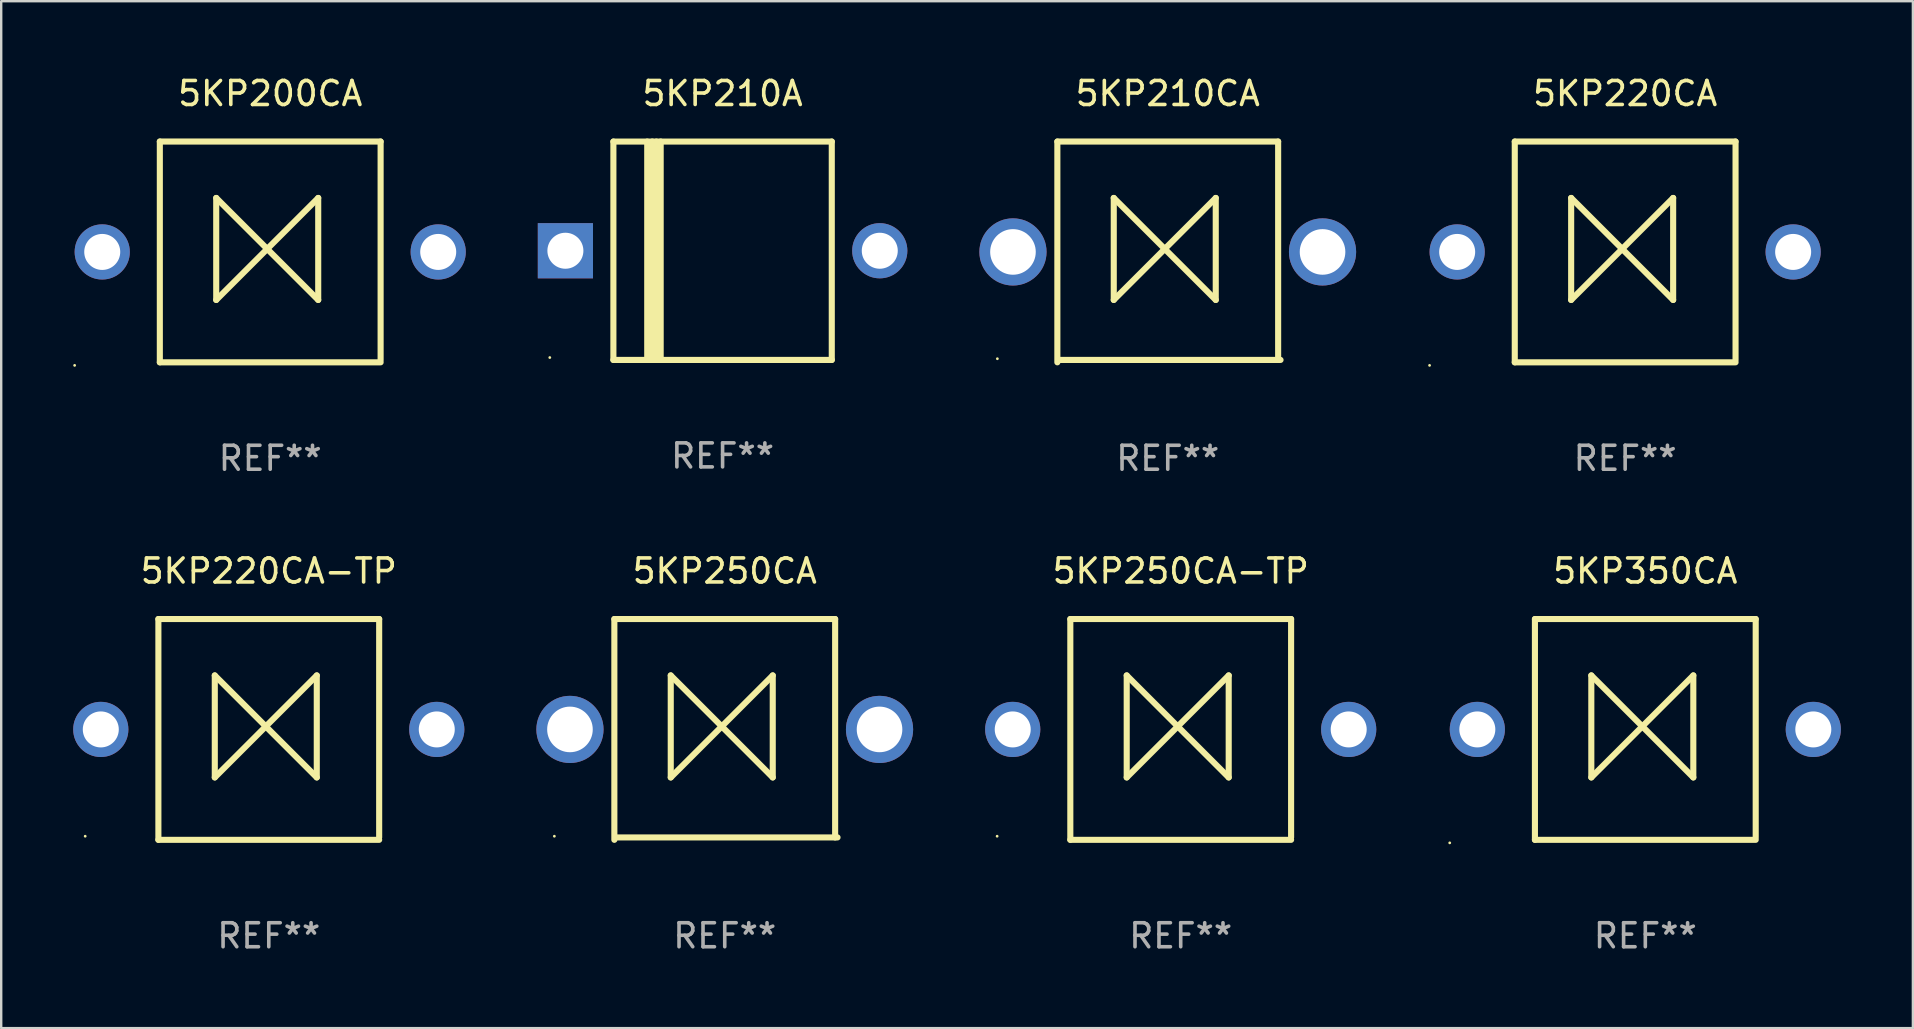
<source format=kicad_pcb>
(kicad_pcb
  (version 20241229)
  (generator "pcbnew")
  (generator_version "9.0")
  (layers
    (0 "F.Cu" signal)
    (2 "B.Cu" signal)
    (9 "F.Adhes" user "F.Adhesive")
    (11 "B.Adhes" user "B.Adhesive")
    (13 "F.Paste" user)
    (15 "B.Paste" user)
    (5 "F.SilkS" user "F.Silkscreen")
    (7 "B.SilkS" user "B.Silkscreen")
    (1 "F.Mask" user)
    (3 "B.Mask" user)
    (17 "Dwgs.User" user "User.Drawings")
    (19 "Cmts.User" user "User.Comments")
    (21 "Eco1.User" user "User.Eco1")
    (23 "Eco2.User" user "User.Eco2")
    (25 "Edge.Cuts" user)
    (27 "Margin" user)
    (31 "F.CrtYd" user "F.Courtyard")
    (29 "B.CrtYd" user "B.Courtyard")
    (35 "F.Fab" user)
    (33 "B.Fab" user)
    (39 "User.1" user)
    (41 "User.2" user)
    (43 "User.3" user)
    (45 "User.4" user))
  (footprint "5KP220CA-TP"
    (layer "F.Cu")
    (at 8.15 27.345)
    (property "Reference" "5KP220CA-TP" (at 0 -6.6 0) (layer "F.SilkS") (effects (font (size 1 1) (thickness 0.15))))
    (attr through_hole)
    (fp_line (start -4.6 -4.6) (end -4.6 4.6) (stroke (width 0.254) (type solid)) (layer "F.SilkS"))
    (fp_line (start -4.6 -4.6) (end 4.6 -4.6) (stroke (width 0.254) (type solid)) (layer "F.SilkS"))
    (fp_line (start -4.6 4.6) (end 4.6 4.6) (stroke (width 0.254) (type solid)) (layer "F.SilkS"))
    (fp_line (start -2.25 -2.25) (end -2.25 2) (stroke (width 0.254) (type solid)) (layer "F.SilkS"))
    (fp_line (start -2.25 2) (end 2 -2.25) (stroke (width 0.254) (type solid)) (layer "F.SilkS"))
    (fp_line (start 2 -2.25) (end 2 2) (stroke (width 0.254) (type solid)) (layer "F.SilkS"))
    (fp_line (start 2 2) (end -2.25 -2.25) (stroke (width 0.254) (type solid)) (layer "F.SilkS"))
    (fp_line (start 4.6 -4.6) (end 4.6 4.5) (stroke (width 0.254) (type solid)) (layer "F.SilkS"))
    (fp_circle (center -7.65 4.45) (end -7.62 4.45) (stroke (width 0.06) (type solid)) (fill no) (layer "F.SilkS"))
    (fp_text user "REF**" (at 0 8.6 0) (layer "F.Fab") (effects (font (size 1 1) (thickness 0.15))))
    (pad "1" thru_hole circle (at -7 0) (size 2.3 2.3) (drill 1.5) (layers "*.Cu" "*.Mask"))
    (pad "2" thru_hole circle (at 7 0) (size 2.3 2.3) (drill 1.5) (layers "*.Cu" "*.Mask")))
  (footprint "5KP250CA-TP"
    (layer "F.Cu")
    (at 46.15 27.345)
    (property "Reference" "5KP250CA-TP" (at 0 -6.6 0) (layer "F.SilkS") (effects (font (size 1 1) (thickness 0.15))))
    (attr through_hole)
    (fp_line (start -4.6 -4.6) (end -4.6 4.6) (stroke (width 0.254) (type solid)) (layer "F.SilkS"))
    (fp_line (start -4.6 -4.6) (end 4.6 -4.6) (stroke (width 0.254) (type solid)) (layer "F.SilkS"))
    (fp_line (start -4.6 4.6) (end 4.6 4.6) (stroke (width 0.254) (type solid)) (layer "F.SilkS"))
    (fp_line (start -2.25 -2.25) (end -2.25 2) (stroke (width 0.254) (type solid)) (layer "F.SilkS"))
    (fp_line (start -2.25 2) (end 2 -2.25) (stroke (width 0.254) (type solid)) (layer "F.SilkS"))
    (fp_line (start 2 -2.25) (end 2 2) (stroke (width 0.254) (type solid)) (layer "F.SilkS"))
    (fp_line (start 2 2) (end -2.25 -2.25) (stroke (width 0.254) (type solid)) (layer "F.SilkS"))
    (fp_line (start 4.6 -4.6) (end 4.6 4.5) (stroke (width 0.254) (type solid)) (layer "F.SilkS"))
    (fp_circle (center -7.65 4.45) (end -7.62 4.45) (stroke (width 0.06) (type solid)) (fill no) (layer "F.SilkS"))
    (fp_text user "REF**" (at 0 8.6 0) (layer "F.Fab") (effects (font (size 1 1) (thickness 0.15))))
    (pad "1" thru_hole circle (at -7 0) (size 2.3 2.3) (drill 1.5) (layers "*.Cu" "*.Mask"))
    (pad "2" thru_hole circle (at 7 0) (size 2.3 2.3) (drill 1.5) (layers "*.Cu" "*.Mask")))
  (footprint "5KP220CA"
    (layer "F.Cu")
    (at 64.67 7.448)
    (property "Reference" "5KP220CA" (at 0 -6.6 0) (layer "F.SilkS") (effects (font (size 1 1) (thickness 0.15))))
    (attr through_hole)
    (fp_line (start -4.6 -4.6) (end -4.6 4.6) (stroke (width 0.254) (type solid)) (layer "F.SilkS"))
    (fp_line (start -4.6 -4.6) (end 4.6 -4.6) (stroke (width 0.254) (type solid)) (layer "F.SilkS"))
    (fp_line (start -4.6 4.6) (end 4.6 4.6) (stroke (width 0.254) (type solid)) (layer "F.SilkS"))
    (fp_line (start -2.25 -2.25) (end -2.25 2) (stroke (width 0.254) (type solid)) (layer "F.SilkS"))
    (fp_line (start -2.25 2) (end 2 -2.25) (stroke (width 0.254) (type solid)) (layer "F.SilkS"))
    (fp_line (start 2 -2.25) (end 2 2) (stroke (width 0.254) (type solid)) (layer "F.SilkS"))
    (fp_line (start 2 2) (end -2.25 -2.25) (stroke (width 0.254) (type solid)) (layer "F.SilkS"))
    (fp_line (start 4.6 -4.6) (end 4.6 4.5) (stroke (width 0.254) (type solid)) (layer "F.SilkS"))
    (fp_circle (center -8.15 4.727) (end -8.12 4.727) (stroke (width 0.06) (type solid)) (fill no) (layer "F.SilkS"))
    (fp_text user "REF**" (at 0 8.6 0) (layer "F.Fab") (effects (font (size 1 1) (thickness 0.15))))
    (pad "1" thru_hole circle (at -7 0) (size 2.3 2.3) (drill 1.5) (layers "*.Cu" "*.Mask"))
    (pad "2" thru_hole circle (at 7 0) (size 2.3 2.3) (drill 1.5) (layers "*.Cu" "*.Mask")))
  (footprint "5KP210A"
    (layer "F.Cu")
    (at 27.06 7.399)
    (property "Reference" "5KP210A" (at 0 -6.551 0) (layer "F.SilkS") (effects (font (size 1 1) (thickness 0.15))))
    (attr through_hole)
    (fp_line (start -4.55 -4.55) (end -4.55 4.55) (stroke (width 0.254) (type solid)) (layer "F.SilkS"))
    (fp_line (start -4.55 -4.55) (end 4.55 -4.55) (stroke (width 0.254) (type solid)) (layer "F.SilkS"))
    (fp_line (start -3.14 4.55) (end -3.14 -4.551) (stroke (width 0.254) (type solid)) (layer "F.SilkS"))
    (fp_line (start -2.93 4.55) (end -2.93 -4.551) (stroke (width 0.254) (type solid)) (layer "F.SilkS"))
    (fp_line (start -2.759 4.551) (end -2.759 -4.55) (stroke (width 0.254) (type solid)) (layer "F.SilkS"))
    (fp_line (start -2.58 4.55) (end -2.58 -4.551) (stroke (width 0.254) (type solid)) (layer "F.SilkS"))
    (fp_line (start 4.55 4.55) (end 4.55 -4.55) (stroke (width 0.254) (type solid)) (layer "F.SilkS"))
    (fp_line (start 4.55 4.549) (end -4.55 4.549) (stroke (width 0.254) (type solid)) (layer "F.SilkS"))
    (fp_circle (center -7.2 4.45) (end -7.17 4.45) (stroke (width 0.06) (type solid)) (fill no) (layer "F.SilkS"))
    (fp_text user "REF**" (at 0 8.551 0) (layer "F.Fab") (effects (font (size 1 1) (thickness 0.15))))
    (pad "1" thru_hole rect (at -6.55 -0.000483 180) (size 2.3 2.3) (drill 1.5) (layers "*.Cu" "*.Mask"))
    (pad "2" thru_hole circle (at 6.55 -0.000483) (size 2.3 2.3) (drill 1.5) (layers "*.Cu" "*.Mask")))
  (footprint "5KP250CA"
    (layer "F.Cu")
    (at 27.15 27.345)
    (property "Reference" "5KP250CA" (at 0 -6.6 0) (layer "F.SilkS") (effects (font (size 1 1) (thickness 0.15))))
    (attr through_hole)
    (fp_line (start -4.6 -4.6) (end -4.6 4.6) (stroke (width 0.254) (type solid)) (layer "F.SilkS"))
    (fp_line (start -4.6 -4.6) (end 4.6 -4.6) (stroke (width 0.254) (type solid)) (layer "F.SilkS"))
    (fp_line (start -4.5 4.5) (end 4.7 4.5) (stroke (width 0.254) (type solid)) (layer "F.SilkS"))
    (fp_line (start -2.25 -2.25) (end -2.25 2) (stroke (width 0.254) (type solid)) (layer "F.SilkS"))
    (fp_line (start -2.25 2) (end 2 -2.25) (stroke (width 0.254) (type solid)) (layer "F.SilkS"))
    (fp_line (start 2 -2.25) (end 2 2) (stroke (width 0.254) (type solid)) (layer "F.SilkS"))
    (fp_line (start 2 2) (end -2.25 -2.25) (stroke (width 0.254) (type solid)) (layer "F.SilkS"))
    (fp_line (start 4.6 -4.6) (end 4.6 4.5) (stroke (width 0.254) (type solid)) (layer "F.SilkS"))
    (fp_circle (center -7.1 4.45) (end -7.07 4.45) (stroke (width 0.06) (type solid)) (fill no) (layer "F.SilkS"))
    (fp_text user "REF**" (at 0 8.6 0) (layer "F.Fab") (effects (font (size 1 1) (thickness 0.15))))
    (pad "1" thru_hole circle (at -6.45 0) (size 2.8 2.8) (drill 1.9) (layers "*.Cu" "*.Mask"))
    (pad "2" thru_hole circle (at 6.45 0) (size 2.8 2.8) (drill 1.9) (layers "*.Cu" "*.Mask")))
  (footprint "5KP350CA"
    (layer "F.Cu")
    (at 65.51 27.345)
    (property "Reference" "5KP350CA" (at 0 -6.6 0) (layer "F.SilkS") (effects (font (size 1 1) (thickness 0.15))))
    (attr through_hole)
    (fp_line (start -4.6 -4.6) (end -4.6 4.6) (stroke (width 0.254) (type solid)) (layer "F.SilkS"))
    (fp_line (start -4.6 -4.6) (end 4.6 -4.6) (stroke (width 0.254) (type solid)) (layer "F.SilkS"))
    (fp_line (start -4.6 4.6) (end 4.6 4.6) (stroke (width 0.254) (type solid)) (layer "F.SilkS"))
    (fp_line (start -2.25 -2.25) (end -2.25 2) (stroke (width 0.254) (type solid)) (layer "F.SilkS"))
    (fp_line (start -2.25 2) (end 2 -2.25) (stroke (width 0.254) (type solid)) (layer "F.SilkS"))
    (fp_line (start 2 -2.25) (end 2 2) (stroke (width 0.254) (type solid)) (layer "F.SilkS"))
    (fp_line (start 2 2) (end -2.25 -2.25) (stroke (width 0.254) (type solid)) (layer "F.SilkS"))
    (fp_line (start 4.6 -4.6) (end 4.6 4.5) (stroke (width 0.254) (type solid)) (layer "F.SilkS"))
    (fp_circle (center -8.15 4.727) (end -8.12 4.727) (stroke (width 0.06) (type solid)) (fill no) (layer "F.SilkS"))
    (fp_text user "REF**" (at 0 8.6 0) (layer "F.Fab") (effects (font (size 1 1) (thickness 0.15))))
    (pad "1" thru_hole circle (at -7 0) (size 2.3 2.3) (drill 1.5) (layers "*.Cu" "*.Mask"))
    (pad "2" thru_hole circle (at 7 0) (size 2.3 2.3) (drill 1.5) (layers "*.Cu" "*.Mask")))
  (footprint "5KP210CA"
    (layer "F.Cu")
    (at 45.61 7.448)
    (property "Reference" "5KP210CA" (at 0 -6.6 0) (layer "F.SilkS") (effects (font (size 1 1) (thickness 0.15))))
    (attr through_hole)
    (fp_line (start -4.6 -4.6) (end -4.6 4.6) (stroke (width 0.254) (type solid)) (layer "F.SilkS"))
    (fp_line (start -4.6 -4.6) (end 4.6 -4.6) (stroke (width 0.254) (type solid)) (layer "F.SilkS"))
    (fp_line (start -4.5 4.5) (end 4.7 4.5) (stroke (width 0.254) (type solid)) (layer "F.SilkS"))
    (fp_line (start -2.25 -2.25) (end -2.25 2) (stroke (width 0.254) (type solid)) (layer "F.SilkS"))
    (fp_line (start -2.25 2) (end 2 -2.25) (stroke (width 0.254) (type solid)) (layer "F.SilkS"))
    (fp_line (start 2 -2.25) (end 2 2) (stroke (width 0.254) (type solid)) (layer "F.SilkS"))
    (fp_line (start 2 2) (end -2.25 -2.25) (stroke (width 0.254) (type solid)) (layer "F.SilkS"))
    (fp_line (start 4.6 -4.6) (end 4.6 4.5) (stroke (width 0.254) (type solid)) (layer "F.SilkS"))
    (fp_circle (center -7.1 4.45) (end -7.07 4.45) (stroke (width 0.06) (type solid)) (fill no) (layer "F.SilkS"))
    (fp_text user "REF**" (at 0 8.6 0) (layer "F.Fab") (effects (font (size 1 1) (thickness 0.15))))
    (pad "1" thru_hole circle (at -6.45 0) (size 2.8 2.8) (drill 1.9) (layers "*.Cu" "*.Mask"))
    (pad "2" thru_hole circle (at 6.45 0) (size 2.8 2.8) (drill 1.9) (layers "*.Cu" "*.Mask")))
  (footprint "5KP200CA"
    (layer "F.Cu")
    (at 8.21 7.448)
    (property "Reference" "5KP200CA" (at 0 -6.6 0) (layer "F.SilkS") (effects (font (size 1 1) (thickness 0.15))))
    (attr through_hole)
    (fp_line (start -4.6 -4.6) (end -4.6 4.6) (stroke (width 0.254) (type solid)) (layer "F.SilkS"))
    (fp_line (start -4.6 -4.6) (end 4.6 -4.6) (stroke (width 0.254) (type solid)) (layer "F.SilkS"))
    (fp_line (start -4.6 4.6) (end 4.6 4.6) (stroke (width 0.254) (type solid)) (layer "F.SilkS"))
    (fp_line (start -2.25 -2.25) (end -2.25 2) (stroke (width 0.254) (type solid)) (layer "F.SilkS"))
    (fp_line (start -2.25 2) (end 2 -2.25) (stroke (width 0.254) (type solid)) (layer "F.SilkS"))
    (fp_line (start 2 -2.25) (end 2 2) (stroke (width 0.254) (type solid)) (layer "F.SilkS"))
    (fp_line (start 2 2) (end -2.25 -2.25) (stroke (width 0.254) (type solid)) (layer "F.SilkS"))
    (fp_line (start 4.6 -4.6) (end 4.6 4.5) (stroke (width 0.254) (type solid)) (layer "F.SilkS"))
    (fp_circle (center -8.15 4.727) (end -8.12 4.727) (stroke (width 0.06) (type solid)) (fill no) (layer "F.SilkS"))
    (fp_text user "REF**" (at 0 8.6 0) (layer "F.Fab") (effects (font (size 1 1) (thickness 0.15))))
    (pad "1" thru_hole circle (at -7 0) (size 2.3 2.3) (drill 1.5) (layers "*.Cu" "*.Mask"))
    (pad "2" thru_hole circle (at 7 0) (size 2.3 2.3) (drill 1.5) (layers "*.Cu" "*.Mask")))
  (gr_rect
    (start -3 -3)
    (end 76.66 39.793)
    (stroke (width 0.1) (type default))
    (fill no)
    (layer "Edge.Cuts")))
</source>
